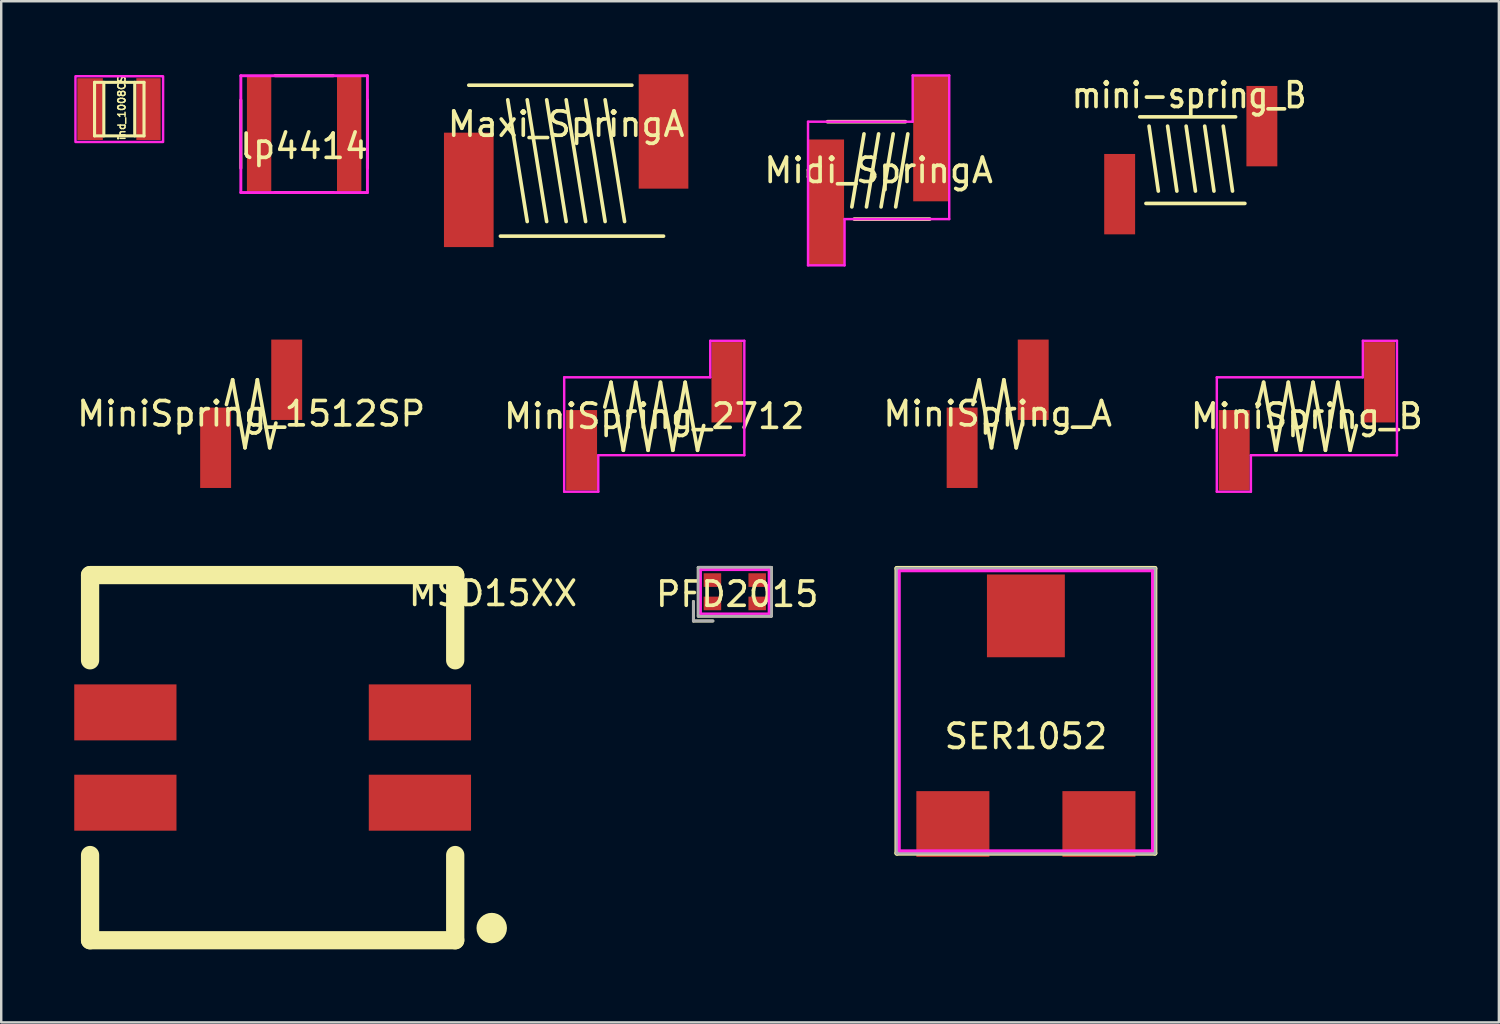
<source format=kicad_pcb>
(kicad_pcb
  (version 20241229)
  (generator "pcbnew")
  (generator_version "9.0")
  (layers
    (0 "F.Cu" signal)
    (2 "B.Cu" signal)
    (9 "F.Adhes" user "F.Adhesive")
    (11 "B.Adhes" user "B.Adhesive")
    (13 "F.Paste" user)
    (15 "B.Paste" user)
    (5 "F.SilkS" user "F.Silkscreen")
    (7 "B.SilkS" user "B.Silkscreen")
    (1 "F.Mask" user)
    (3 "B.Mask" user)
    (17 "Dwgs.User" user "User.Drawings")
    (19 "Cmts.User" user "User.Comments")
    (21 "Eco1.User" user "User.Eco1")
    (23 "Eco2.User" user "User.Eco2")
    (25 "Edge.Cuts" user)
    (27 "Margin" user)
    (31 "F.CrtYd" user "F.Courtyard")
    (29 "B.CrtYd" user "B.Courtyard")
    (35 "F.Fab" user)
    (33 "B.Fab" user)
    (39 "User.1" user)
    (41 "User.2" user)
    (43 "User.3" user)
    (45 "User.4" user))
  (footprint "MiniSpring_B"
    (layer "F.Cu")
    (at 50.637 14.05)
    (property "Reference" "MiniSpring_B" (at 0 0 0) (layer "F.SilkS") (effects (font (size 1 1) (thickness 0.15))))
    (attr through_hole)
    (fp_line (start -1.778 -1.397) (end -2.032 -0.381) (stroke (width 0.15) (type solid)) (layer "F.SilkS"))
    (fp_line (start -1.27 1.397) (end -1.778 -1.397) (stroke (width 0.15) (type solid)) (layer "F.SilkS"))
    (fp_line (start -0.762 -1.397) (end -1.27 1.397) (stroke (width 0.15) (type solid)) (layer "F.SilkS"))
    (fp_line (start -0.254 1.397) (end -0.762 -1.397) (stroke (width 0.15) (type solid)) (layer "F.SilkS"))
    (fp_line (start 0.254 -1.397) (end -0.254 1.397) (stroke (width 0.15) (type solid)) (layer "F.SilkS"))
    (fp_line (start 0.762 1.397) (end 0.254 -1.397) (stroke (width 0.15) (type solid)) (layer "F.SilkS"))
    (fp_line (start 1.27 -1.397) (end 0.762 1.397) (stroke (width 0.15) (type solid)) (layer "F.SilkS"))
    (fp_line (start 1.778 1.397) (end 1.27 -1.397) (stroke (width 0.15) (type solid)) (layer "F.SilkS"))
    (fp_line (start 2.032 0.381) (end 1.778 1.397) (stroke (width 0.15) (type solid)) (layer "F.SilkS"))
    (fp_line (start -3.7 -1.6) (end -3.7 3.1) (stroke (width 0.1) (type solid)) (layer "F.CrtYd"))
    (fp_line (start -3.7 3.1) (end -2.3 3.1) (stroke (width 0.1) (type solid)) (layer "F.CrtYd"))
    (fp_line (start -2.3 1.6) (end 3.7 1.6) (stroke (width 0.1) (type solid)) (layer "F.CrtYd"))
    (fp_line (start -2.3 3.1) (end -2.3 1.6) (stroke (width 0.1) (type solid)) (layer "F.CrtYd"))
    (fp_line (start 2.3 -3.1) (end 2.3 -1.6) (stroke (width 0.1) (type solid)) (layer "F.CrtYd"))
    (fp_line (start 2.3 -1.6) (end -3.7 -1.6) (stroke (width 0.1) (type solid)) (layer "F.CrtYd"))
    (fp_line (start 3.7 -3.1) (end 2.3 -3.1) (stroke (width 0.1) (type solid)) (layer "F.CrtYd"))
    (fp_line (start 3.7 1.6) (end 3.7 -3.1) (stroke (width 0.1) (type solid)) (layer "F.CrtYd"))
    (pad "1" smd rect (at -2.985 1.397) (size 1.27 3.302) (layers "F.Cu" "F.Mask" "F.Paste"))
    (pad "2" smd rect (at 2.985 -1.397) (size 1.27 3.302) (layers "F.Cu" "F.Mask" "F.Paste")))
  (footprint "MiniSpring_A"
    (layer "F.Cu")
    (at 37.935 13.948)
    (property "Reference" "MiniSpring_A" (at 0 0 0) (layer "F.SilkS") (effects (font (size 1 1) (thickness 0.15))))
    (attr through_hole)
    (fp_line (start -0.762 -1.397) (end -1.016 -0.381) (stroke (width 0.15) (type solid)) (layer "F.SilkS"))
    (fp_line (start -0.254 1.397) (end -0.762 -1.397) (stroke (width 0.15) (type solid)) (layer "F.SilkS"))
    (fp_line (start 0.254 -1.397) (end -0.254 1.397) (stroke (width 0.15) (type solid)) (layer "F.SilkS"))
    (fp_line (start 0.762 1.397) (end 0.254 -1.397) (stroke (width 0.15) (type solid)) (layer "F.SilkS"))
    (fp_line (start 1.016 0.381) (end 0.762 1.397) (stroke (width 0.15) (type solid)) (layer "F.SilkS"))
    (pad "1" smd rect (at -1.46 1.397) (size 1.27 3.302) (layers "F.Cu" "F.Mask" "F.Paste"))
    (pad "2" smd rect (at 1.46 -1.397) (size 1.27 3.302) (layers "F.Cu" "F.Mask" "F.Paste")))
  (footprint "MSD15XX"
    (layer "F.Cu")
    (at 8.15 28.075)
    (property "Reference" "MSD15XX" (at 9.05 -6.75 0) (layer "F.SilkS") (effects (font (size 1 1) (thickness 0.15))))
    (attr smd)
    (fp_line (start -7.5 -7.5) (end -7.5 -4) (stroke (width 0.75) (type solid)) (layer "F.SilkS"))
    (fp_line (start -7.5 4) (end -7.5 7.5) (stroke (width 0.75) (type solid)) (layer "F.SilkS"))
    (fp_line (start -7.5 7.5) (end 7.5 7.5) (stroke (width 0.75) (type solid)) (layer "F.SilkS"))
    (fp_line (start 7.5 -7.5) (end -7.5 -7.5) (stroke (width 0.75) (type solid)) (layer "F.SilkS"))
    (fp_line (start 7.5 -7.5) (end 7.5 -4) (stroke (width 0.75) (type solid)) (layer "F.SilkS"))
    (fp_line (start 7.5 7.5) (end 7.5 4) (stroke (width 0.75) (type solid)) (layer "F.SilkS"))
    (fp_arc (start 9.25 7) (mid 8.75 7.000218) (end 9.25 6.999564) (stroke (width 0.75) (type solid)) (layer "F.SilkS"))
    (pad "1" smd rect (at 6.05 1.85) (size 4.2 2.3) (layers "F.Cu" "F.Mask" "F.Paste"))
    (pad "2" smd rect (at 6.05 -1.86) (size 4.2 2.3) (layers "F.Cu" "F.Mask" "F.Paste"))
    (pad "3" smd rect (at -6.05 -1.86) (size 4.2 2.3) (layers "F.Cu" "F.Mask" "F.Paste"))
    (pad "4" smd rect (at -6.05 1.85) (size 4.2 2.3) (layers "F.Cu" "F.Mask" "F.Paste")))
  (footprint "MiniSpring_1512SP"
    (layer "F.Cu")
    (at 7.268 13.948)
    (property "Reference" "MiniSpring_1512SP" (at 0 0 0) (layer "F.SilkS") (effects (font (size 1 1) (thickness 0.15))))
    (attr through_hole)
    (fp_line (start -0.762 -1.397) (end -1.016 -0.381) (stroke (width 0.15) (type solid)) (layer "F.SilkS"))
    (fp_line (start -0.254 1.397) (end -0.762 -1.397) (stroke (width 0.15) (type solid)) (layer "F.SilkS"))
    (fp_line (start 0.254 -1.397) (end -0.254 1.397) (stroke (width 0.15) (type solid)) (layer "F.SilkS"))
    (fp_line (start 0.762 1.397) (end 0.254 -1.397) (stroke (width 0.15) (type solid)) (layer "F.SilkS"))
    (fp_line (start 1.016 0.381) (end 0.762 1.397) (stroke (width 0.15) (type solid)) (layer "F.SilkS"))
    (pad "1" smd rect (at -1.46 1.397) (size 1.27 3.302) (layers "F.Cu" "F.Mask" "F.Paste"))
    (pad "2" smd rect (at 1.46 -1.397) (size 1.27 3.302) (layers "F.Cu" "F.Mask" "F.Paste")))
  (footprint "PFD2015"
    (layer "F.Cu")
    (at 27.136 21.26)
    (property "Reference" "PFD2015" (at 0.1 0.1 0) (layer "F.SilkS") (effects (font (size 1 1) (thickness 0.15))))
    (attr through_hole)
    (fp_line (start -1.7 0.4) (end -1.7 1.2) (stroke (width 0.12) (type solid)) (layer "F.SilkS"))
    (fp_line (start -1.7 1.2) (end -0.9 1.2) (stroke (width 0.12) (type solid)) (layer "F.SilkS"))
    (fp_line (start -1.5 -1) (end 1.5 -1) (stroke (width 0.12) (type solid)) (layer "F.SilkS"))
    (fp_line (start -1.5 1) (end -1.5 -1) (stroke (width 0.12) (type solid)) (layer "F.SilkS"))
    (fp_line (start 1.5 -1) (end 1.5 1) (stroke (width 0.12) (type solid)) (layer "F.SilkS"))
    (fp_line (start 1.5 1) (end -1.5 1) (stroke (width 0.12) (type solid)) (layer "F.SilkS"))
    (fp_line (start -1.4 -0.9) (end -1.4 0.9) (stroke (width 0.1) (type solid)) (layer "F.CrtYd"))
    (fp_line (start -1.4 0.9) (end 1.4 0.9) (stroke (width 0.1) (type solid)) (layer "F.CrtYd"))
    (fp_line (start 1.4 -0.9) (end -1.4 -0.9) (stroke (width 0.1) (type solid)) (layer "F.CrtYd"))
    (fp_line (start 1.4 0.9) (end 1.4 -0.9) (stroke (width 0.1) (type solid)) (layer "F.CrtYd"))
    (fp_line (start -1.7 0.4) (end -1.7 1.1) (stroke (width 0.12) (type solid)) (layer "F.Fab"))
    (fp_line (start -1.7 1.1) (end -1.7 1.2) (stroke (width 0.12) (type solid)) (layer "F.Fab"))
    (fp_line (start -1.7 1.2) (end -0.9 1.2) (stroke (width 0.12) (type solid)) (layer "F.Fab"))
    (fp_line (start -1.5 -1) (end 1.5 -1) (stroke (width 0.12) (type solid)) (layer "F.Fab"))
    (fp_line (start -1.5 1) (end -1.5 -1) (stroke (width 0.12) (type solid)) (layer "F.Fab"))
    (fp_line (start 1.5 -1) (end 1.5 1) (stroke (width 0.12) (type solid)) (layer "F.Fab"))
    (fp_line (start 1.5 1) (end -1.5 1) (stroke (width 0.12) (type solid)) (layer "F.Fab"))
    (pad "1" smd rect (at -0.92 0.48) (size 0.72 0.56) (layers "F.Cu" "F.Mask" "F.Paste"))
    (pad "2" smd rect (at 0.92 0.48) (size 0.72 0.56) (layers "F.Cu" "F.Mask" "F.Paste"))
    (pad "3" smd rect (at 0.92 -0.48) (size 0.72 0.56) (layers "F.Cu" "F.Mask" "F.Paste"))
    (pad "4" smd rect (at -0.92 -0.48) (size 0.72 0.56) (layers "F.Cu" "F.Mask" "F.Paste")))
  (footprint "ind_1008CS"
    (layer "F.Cu")
    (at 1.85 1.432)
    (property "Reference" "ind_1008CS" (at 0.1 -0.05 90) (layer "F.SilkS") (effects (font (size 0.3 0.3) (thickness 0.061))))
    (attr through_hole)
    (fp_line (start -1.016 -1.1) (end 1.016 -1.1) (stroke (width 0.127) (type solid)) (layer "F.SilkS"))
    (fp_line (start -1.016 1.1) (end -1.016 -1.1) (stroke (width 0.127) (type solid)) (layer "F.SilkS"))
    (fp_line (start -0.635 -1.1) (end -0.635 1.1) (stroke (width 0.127) (type solid)) (layer "F.SilkS"))
    (fp_line (start 0.635 -1.1) (end 0.635 1.1) (stroke (width 0.127) (type solid)) (layer "F.SilkS"))
    (fp_line (start 1.016 -1.1) (end 1.016 1.1) (stroke (width 0.127) (type solid)) (layer "F.SilkS"))
    (fp_line (start 1.016 1.1) (end -1.016 1.1) (stroke (width 0.127) (type solid)) (layer "F.SilkS"))
    (fp_rect (start -1.8 -1.35) (end 1.8 1.35) (stroke (width 0.1) (type solid)) (fill no) (layer "F.CrtYd"))
    (pad "1" smd rect (at 1.2 0) (size 1 2.54) (layers "F.Cu" "F.Mask" "F.Paste"))
    (pad "2" smd rect (at -1.2 0) (size 1.05 2.54) (layers "F.Cu" "F.Mask" "F.Paste")))
  (footprint "Maxi_SpringA"
    (layer "F.Cu")
    (at 20.208 3.55)
    (property "Reference" "Maxi_SpringA" (at 0 -1.5 0) (layer "F.SilkS") (effects (font (size 1 1) (thickness 0.15))))
    (attr through_hole)
    (fp_line (start -2.7 3.1) (end 4 3.1) (stroke (width 0.15) (type solid)) (layer "F.SilkS"))
    (fp_line (start -1.6 2.5) (end -2.4 -2.5) (stroke (width 0.15) (type solid)) (layer "F.SilkS"))
    (fp_line (start -0.8 2.5) (end -1.6 -2.5) (stroke (width 0.15) (type solid)) (layer "F.SilkS"))
    (fp_line (start 0 2.5) (end -0.8 -2.5) (stroke (width 0.15) (type solid)) (layer "F.SilkS"))
    (fp_line (start 0.8 2.5) (end 0 -2.5) (stroke (width 0.15) (type solid)) (layer "F.SilkS"))
    (fp_line (start 1.6 2.5) (end 0.8 -2.5) (stroke (width 0.15) (type solid)) (layer "F.SilkS"))
    (fp_line (start 2.4 2.5) (end 1.6 -2.5) (stroke (width 0.15) (type solid)) (layer "F.SilkS"))
    (fp_line (start 2.7 -3.1) (end -4 -3.1) (stroke (width 0.15) (type solid)) (layer "F.SilkS"))
    (pad "1" smd rect (at -4 1.2) (size 2.04 4.7) (layers "F.Cu" "F.Mask" "F.Paste"))
    (pad "2" smd rect (at 4 -1.2) (size 2.04 4.7) (layers "F.Cu" "F.Mask" "F.Paste")))
  (footprint "lp4414"
    (layer "F.Cu")
    (at 9.444 2.46)
    (property "Reference" "lp4414" (at 0 0.5 0) (layer "F.SilkS") (effects (font (size 1 1) (thickness 0.15))))
    (attr through_hole)
    (fp_line (start -2.6 1.4) (end -2.6 -1.4) (stroke (width 0.12) (type solid)) (layer "F.SilkS"))
    (fp_line (start -1.2 -2.4) (end 1.2 -2.4) (stroke (width 0.12) (type solid)) (layer "F.SilkS"))
    (fp_line (start 1.2 2.4) (end -1.2 2.4) (stroke (width 0.12) (type solid)) (layer "F.SilkS"))
    (fp_line (start 2.6 -1.4) (end 2.6 1.4) (stroke (width 0.12) (type solid)) (layer "F.SilkS"))
    (fp_line (start -2.6 -2.4) (end 2.6 -2.4) (stroke (width 0.12) (type solid)) (layer "F.CrtYd"))
    (fp_line (start -2.6 2.4) (end -2.6 -2.4) (stroke (width 0.12) (type solid)) (layer "F.CrtYd"))
    (fp_line (start 2.6 -2.4) (end 2.6 2.4) (stroke (width 0.12) (type solid)) (layer "F.CrtYd"))
    (fp_line (start 2.6 2.4) (end -2.6 2.4) (stroke (width 0.12) (type solid)) (layer "F.CrtYd"))
    (pad "1" smd rect (at -1.85 0) (size 1 4.7) (layers "F.Cu" "F.Mask" "F.Paste"))
    (pad "2" smd rect (at 1.85 0) (size 1 4.7) (layers "F.Cu" "F.Mask" "F.Paste")))
  (footprint "Midi_SpringA"
    (layer "F.Cu")
    (at 33.044 3.95)
    (property "Reference" "Midi_SpringA" (at 0 0 0) (layer "F.SilkS") (effects (font (size 1 1) (thickness 0.15))))
    (attr through_hole)
    (fp_line (start -1 2) (end 2.1 2) (stroke (width 0.15) (type solid)) (layer "F.SilkS"))
    (fp_line (start -0.6 -1.5) (end -1.1 1.5) (stroke (width 0.15) (type solid)) (layer "F.SilkS"))
    (fp_line (start 0 -1.5) (end -0.5 1.5) (stroke (width 0.15) (type solid)) (layer "F.SilkS"))
    (fp_line (start 0.6 -1.5) (end 0.1 1.5) (stroke (width 0.15) (type solid)) (layer "F.SilkS"))
    (fp_line (start 1.1 -2) (end -2.1 -2) (stroke (width 0.15) (type solid)) (layer "F.SilkS"))
    (fp_line (start 1.2 -1.5) (end 0.7 1.5) (stroke (width 0.15) (type solid)) (layer "F.SilkS"))
    (fp_line (start -2.9 -2) (end -2.9 3.9) (stroke (width 0.1) (type solid)) (layer "F.CrtYd"))
    (fp_line (start -2.9 3.9) (end -1.4 3.9) (stroke (width 0.1) (type solid)) (layer "F.CrtYd"))
    (fp_line (start -1.4 2) (end 2.9 2) (stroke (width 0.1) (type solid)) (layer "F.CrtYd"))
    (fp_line (start -1.4 3.9) (end -1.4 2) (stroke (width 0.1) (type solid)) (layer "F.CrtYd"))
    (fp_line (start 1.4 -3.9) (end 1.4 -2) (stroke (width 0.1) (type solid)) (layer "F.CrtYd"))
    (fp_line (start 1.4 -2) (end -2.9 -2) (stroke (width 0.1) (type solid)) (layer "F.CrtYd"))
    (fp_line (start 2.9 -3.9) (end 1.4 -3.9) (stroke (width 0.1) (type solid)) (layer "F.CrtYd"))
    (fp_line (start 2.9 2) (end 2.9 -3.9) (stroke (width 0.1) (type solid)) (layer "F.CrtYd"))
    (pad "1" smd rect (at -2.16 1.31) (size 1.48 5.16) (layers "F.Cu" "F.Mask" "F.Paste"))
    (pad "2" smd rect (at 2.16 -1.31) (size 1.48 5.16) (layers "F.Cu" "F.Mask" "F.Paste")))
  (footprint "MiniSpring_2712"
    (layer "F.Cu")
    (at 23.827 14.05)
    (property "Reference" "MiniSpring_2712" (at 0 0 0) (layer "F.SilkS") (effects (font (size 1 1) (thickness 0.15))))
    (attr through_hole)
    (fp_line (start -1.778 -1.397) (end -2.032 -0.381) (stroke (width 0.15) (type solid)) (layer "F.SilkS"))
    (fp_line (start -1.27 1.397) (end -1.778 -1.397) (stroke (width 0.15) (type solid)) (layer "F.SilkS"))
    (fp_line (start -0.762 -1.397) (end -1.27 1.397) (stroke (width 0.15) (type solid)) (layer "F.SilkS"))
    (fp_line (start -0.254 1.397) (end -0.762 -1.397) (stroke (width 0.15) (type solid)) (layer "F.SilkS"))
    (fp_line (start 0.254 -1.397) (end -0.254 1.397) (stroke (width 0.15) (type solid)) (layer "F.SilkS"))
    (fp_line (start 0.762 1.397) (end 0.254 -1.397) (stroke (width 0.15) (type solid)) (layer "F.SilkS"))
    (fp_line (start 1.27 -1.397) (end 0.762 1.397) (stroke (width 0.15) (type solid)) (layer "F.SilkS"))
    (fp_line (start 1.778 1.397) (end 1.27 -1.397) (stroke (width 0.15) (type solid)) (layer "F.SilkS"))
    (fp_line (start 2.032 0.381) (end 1.778 1.397) (stroke (width 0.15) (type solid)) (layer "F.SilkS"))
    (fp_line (start -3.7 -1.6) (end -3.7 3.1) (stroke (width 0.1) (type solid)) (layer "F.CrtYd"))
    (fp_line (start -3.7 3.1) (end -2.3 3.1) (stroke (width 0.1) (type solid)) (layer "F.CrtYd"))
    (fp_line (start -2.3 1.6) (end 3.7 1.6) (stroke (width 0.1) (type solid)) (layer "F.CrtYd"))
    (fp_line (start -2.3 3.1) (end -2.3 1.6) (stroke (width 0.1) (type solid)) (layer "F.CrtYd"))
    (fp_line (start 2.3 -3.1) (end 2.3 -1.6) (stroke (width 0.1) (type solid)) (layer "F.CrtYd"))
    (fp_line (start 2.3 -1.6) (end -3.7 -1.6) (stroke (width 0.1) (type solid)) (layer "F.CrtYd"))
    (fp_line (start 3.7 -3.1) (end 2.3 -3.1) (stroke (width 0.1) (type solid)) (layer "F.CrtYd"))
    (fp_line (start 3.7 1.6) (end 3.7 -3.1) (stroke (width 0.1) (type solid)) (layer "F.CrtYd"))
    (pad "1" smd rect (at -2.985 1.397) (size 1.27 3.302) (layers "F.Cu" "F.Mask" "F.Paste"))
    (pad "2" smd rect (at 2.985 -1.397) (size 1.27 3.302) (layers "F.Cu" "F.Mask" "F.Paste")))
  (footprint "mini-spring_B"
    (layer "F.Cu")
    (at 45.931 3.529)
    (property "Reference" "mini-spring_B" (at -0.127 -2.667 0) (layer "F.SilkS") (effects (font (size 1.016 0.889) (thickness 0.152))))
    (attr smd)
    (fp_line (start -2.159 -1.778) (end 1.778 -1.778) (stroke (width 0.15) (type solid)) (layer "F.SilkS"))
    (fp_line (start -1.778 -1.397) (end -1.397 1.27) (stroke (width 0.15) (type solid)) (layer "F.SilkS"))
    (fp_line (start -1.016 -1.397) (end -0.635 1.27) (stroke (width 0.15) (type solid)) (layer "F.SilkS"))
    (fp_line (start -0.254 -1.397) (end 0.127 1.27) (stroke (width 0.15) (type solid)) (layer "F.SilkS"))
    (fp_line (start 0.508 -1.397) (end 0.889 1.27) (stroke (width 0.15) (type solid)) (layer "F.SilkS"))
    (fp_line (start 1.27 -1.397) (end 1.651 1.27) (stroke (width 0.15) (type solid)) (layer "F.SilkS"))
    (fp_line (start 2.159 1.778) (end -1.905 1.778) (stroke (width 0.15) (type solid)) (layer "F.SilkS"))
    (pad "1" smd rect (at -2.985 1.397) (size 1.27 3.302) (layers "F.Cu" "F.Mask" "F.Paste"))
    (pad "2" smd rect (at 2.857 -1.397) (size 1.27 3.302) (layers "F.Cu" "F.Mask" "F.Paste")))
  (footprint "SER1052"
    (layer "F.Cu")
    (at 39.094 26.7)
    (property "Reference" "SER1052" (at 0 0.5 0) (layer "F.SilkS") (effects (font (size 1 1) (thickness 0.15))))
    (attr through_hole)
    (fp_line (start -5.3 -6.4) (end -5.3 5.3) (stroke (width 0.2) (type solid)) (layer "F.SilkS"))
    (fp_line (start -5.3 5.3) (end 5.3 5.3) (stroke (width 0.2) (type solid)) (layer "F.SilkS"))
    (fp_line (start 5.3 -6.4) (end -5.3 -6.4) (stroke (width 0.2) (type solid)) (layer "F.SilkS"))
    (fp_line (start 5.3 5.3) (end 5.3 -6.4) (stroke (width 0.2) (type solid)) (layer "F.SilkS"))
    (fp_line (start -5.2 -6.3) (end -5.2 5.2) (stroke (width 0.12) (type solid)) (layer "F.CrtYd"))
    (fp_line (start -5.2 5.2) (end 5.2 5.2) (stroke (width 0.12) (type solid)) (layer "F.CrtYd"))
    (fp_line (start 5.2 -6.3) (end -5.2 -6.3) (stroke (width 0.12) (type solid)) (layer "F.CrtYd"))
    (fp_line (start 5.2 5.2) (end 5.2 -6.3) (stroke (width 0.12) (type solid)) (layer "F.CrtYd"))
    (fp_line (start -5.3 -6.4) (end -5.3 5.3) (stroke (width 0.12) (type solid)) (layer "F.Fab"))
    (fp_line (start -5.3 5.3) (end 5.3 5.3) (stroke (width 0.12) (type solid)) (layer "F.Fab"))
    (fp_line (start 5.3 -6.4) (end -5.3 -6.4) (stroke (width 0.12) (type solid)) (layer "F.Fab"))
    (fp_line (start 5.3 5.3) (end 5.3 -6.4) (stroke (width 0.12) (type solid)) (layer "F.Fab"))
    (pad "1" smd rect (at -3 4.1) (size 3 2.7) (layers "F.Cu" "F.Mask" "F.Paste"))
    (pad "2" smd rect (at 3 4.1) (size 3 2.7) (layers "F.Cu" "F.Mask" "F.Paste"))
    (pad "3" smd rect (at 0 -4.45) (size 3.2 3.4) (layers "F.Cu" "F.Mask" "F.Paste")))
  (gr_rect
    (start -3 -3)
    (end 58.524 38.95)
    (stroke (width 0.1) (type default))
    (fill no)
    (layer "Edge.Cuts")))
</source>
